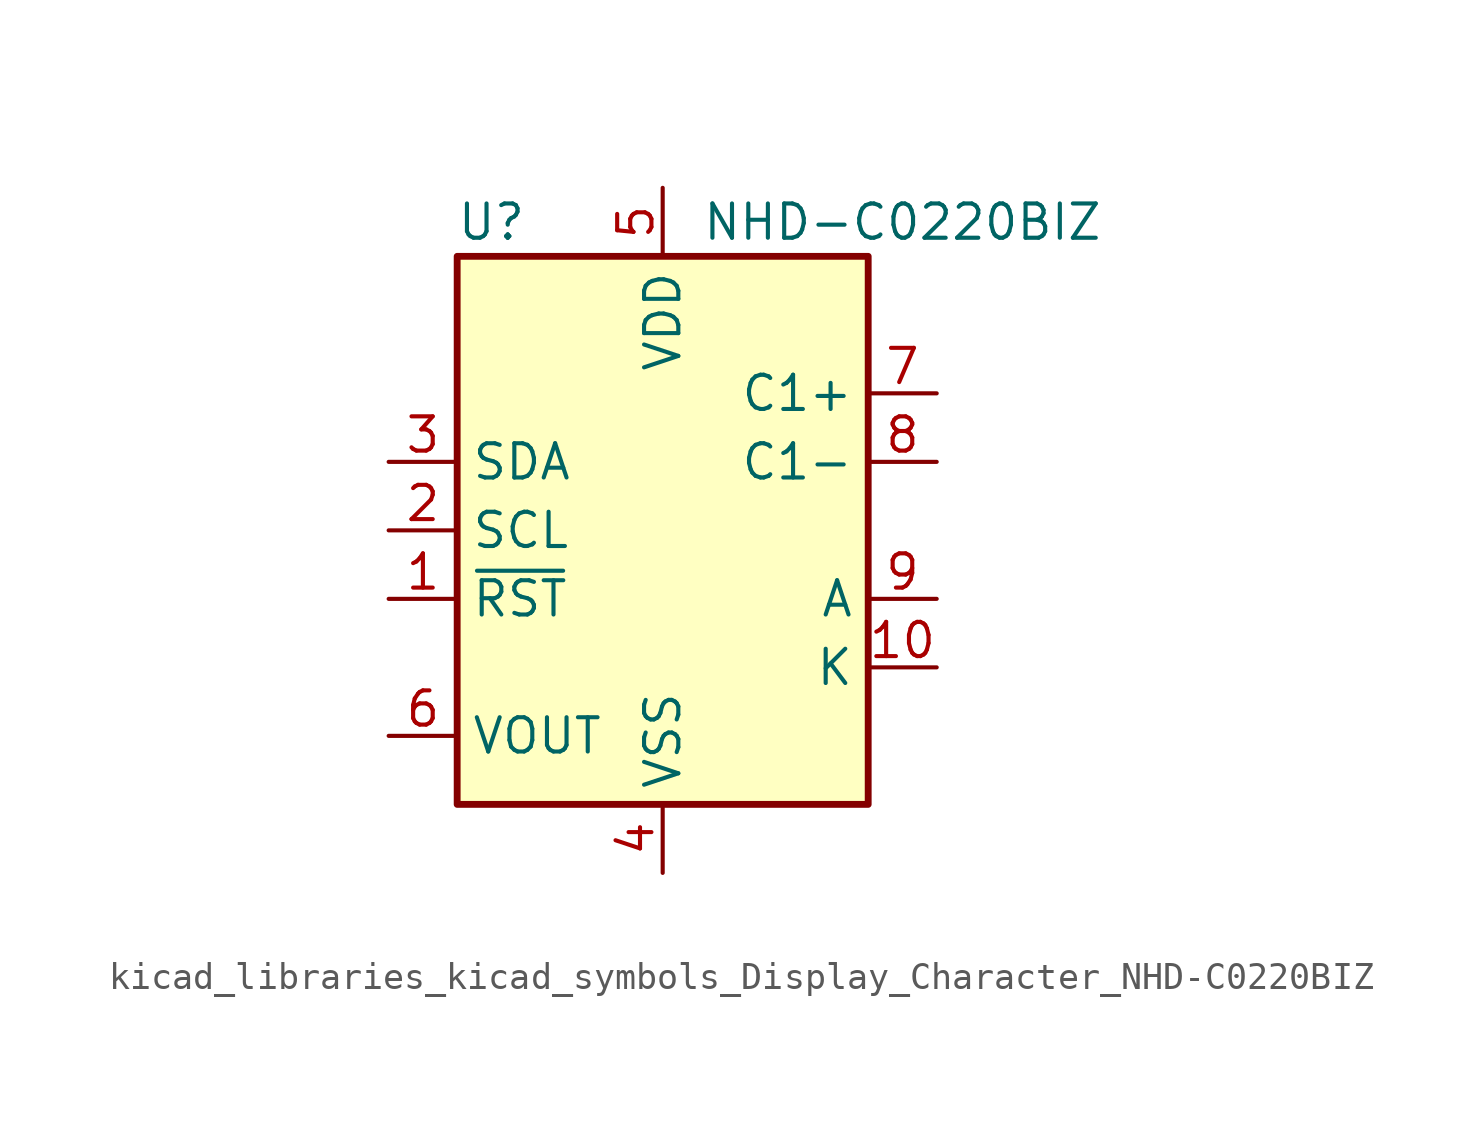
<source format=kicad_sym>
(kicad_symbol_lib
  (version 20220914)
  (generator kicad_symbol_editor)
  (symbol "kicad_libraries_kicad_symbols_Display_Character_NHD-C0220BIZ"
    (property "Reference" "U"
      (at -6.35 11.43 0)
      (effects (font (size 1.27 1.27))))
    (property "Value" "NHD-C0220BIZ"
      (at 8.89 11.43 0)
      (effects (font (size 1.27 1.27))))
    (symbol "kicad_libraries_kicad_symbols_Display_Character_NHD-C0220BIZ_0_1"
      (rectangle (start -7.62 10.16) (end 7.62 -10.16) (stroke (width 0.254) (type default)) (fill (type background))))
    (symbol "kicad_libraries_kicad_symbols_Display_Character_NHD-C0220BIZ_1_1"
      (pin input line (at -10.16 -2.54 0) (length 2.54) (name "~{RST}" (effects (font (size 1.27 1.27)))) (number "1" (effects (font (size 1.27 1.27)))))
      (pin passive line (at 10.16 -5.08 180) (length 2.54) (name "K" (effects (font (size 1.27 1.27)))) (number "10" (effects (font (size 1.27 1.27)))))
      (pin input line (at -10.16 0 0) (length 2.54) (name "SCL" (effects (font (size 1.27 1.27)))) (number "2" (effects (font (size 1.27 1.27)))))
      (pin bidirectional line (at -10.16 2.54 0) (length 2.54) (name "SDA" (effects (font (size 1.27 1.27)))) (number "3" (effects (font (size 1.27 1.27)))))
      (pin power_in line (at 0 -12.7 90) (length 2.54) (name "VSS" (effects (font (size 1.27 1.27)))) (number "4" (effects (font (size 1.27 1.27)))))
      (pin power_in line (at 0 12.7 270) (length 2.54) (name "VDD" (effects (font (size 1.27 1.27)))) (number "5" (effects (font (size 1.27 1.27)))))
      (pin passive line (at -10.16 -7.62 0) (length 2.54) (name "VOUT" (effects (font (size 1.27 1.27)))) (number "6" (effects (font (size 1.27 1.27)))))
      (pin passive line (at 10.16 5.08 180) (length 2.54) (name "C1+" (effects (font (size 1.27 1.27)))) (number "7" (effects (font (size 1.27 1.27)))))
      (pin passive line (at 10.16 2.54 180) (length 2.54) (name "C1-" (effects (font (size 1.27 1.27)))) (number "8" (effects (font (size 1.27 1.27)))))
      (pin passive line (at 10.16 -2.54 180) (length 2.54) (name "A" (effects (font (size 1.27 1.27)))) (number "9" (effects (font (size 1.27 1.27))))))))
</source>
